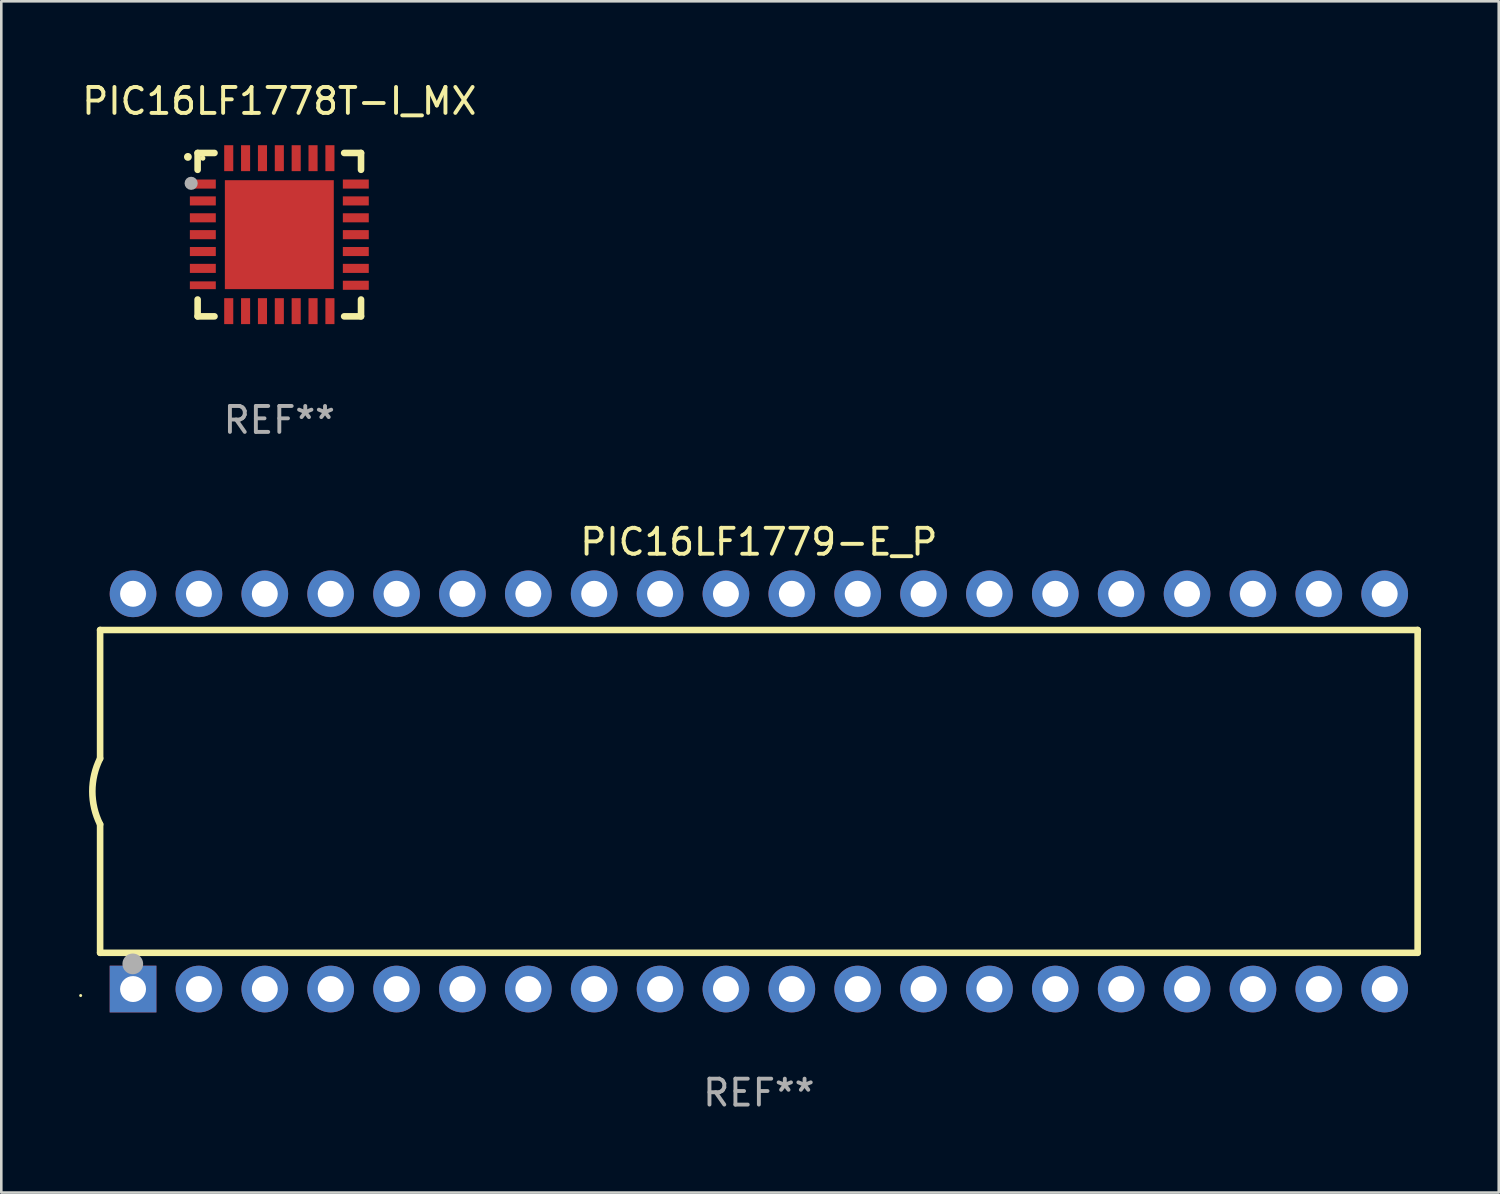
<source format=kicad_pcb>
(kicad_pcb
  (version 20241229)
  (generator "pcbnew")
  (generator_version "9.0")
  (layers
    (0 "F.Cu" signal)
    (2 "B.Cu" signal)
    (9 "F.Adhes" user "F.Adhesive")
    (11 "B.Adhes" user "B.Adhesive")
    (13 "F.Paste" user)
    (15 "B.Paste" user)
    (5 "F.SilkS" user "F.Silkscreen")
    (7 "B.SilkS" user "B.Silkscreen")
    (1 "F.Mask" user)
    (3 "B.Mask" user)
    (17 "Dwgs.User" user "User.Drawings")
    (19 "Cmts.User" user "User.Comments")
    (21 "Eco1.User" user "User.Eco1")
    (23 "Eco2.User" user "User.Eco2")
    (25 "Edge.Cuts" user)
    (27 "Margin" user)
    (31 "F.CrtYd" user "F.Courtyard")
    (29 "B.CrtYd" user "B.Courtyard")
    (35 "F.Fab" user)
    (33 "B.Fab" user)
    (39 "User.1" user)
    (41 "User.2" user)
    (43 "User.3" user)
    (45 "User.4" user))
  (footprint "PIC16LF1778T-I_MX"
    (layer "F.Cu")
    (at 7.72 5.998)
    (property "Reference" "PIC16LF1778T-I_MX" (at 0 -5.15 0) (layer "F.SilkS") (effects (font (size 1 1) (thickness 0.15))))
    (attr through_hole)
    (fp_line (start -3.15 -3.15) (end -2.5 -3.15) (stroke (width 0.254) (type solid)) (layer "F.SilkS"))
    (fp_line (start -3.15 -2.5) (end -3.15 -3.15) (stroke (width 0.254) (type solid)) (layer "F.SilkS"))
    (fp_line (start -3.15 3.15) (end -3.15 2.5) (stroke (width 0.254) (type solid)) (layer "F.SilkS"))
    (fp_line (start -2.5 3.15) (end -3.15 3.15) (stroke (width 0.254) (type solid)) (layer "F.SilkS"))
    (fp_line (start 2.5 -3.15) (end 3.15 -3.15) (stroke (width 0.254) (type solid)) (layer "F.SilkS"))
    (fp_line (start 2.5 3.15) (end 3.15 3.15) (stroke (width 0.254) (type solid)) (layer "F.SilkS"))
    (fp_line (start 3.15 -3.15) (end 3.15 -2.5) (stroke (width 0.254) (type solid)) (layer "F.SilkS"))
    (fp_line (start 3.15 3.15) (end 3.15 2.5) (stroke (width 0.254) (type solid)) (layer "F.SilkS"))
    (fp_arc (start -3.525527 -2.997206) (mid -3.525532 -2.998476) (end -3.525527 -2.999746) (stroke (width 0.3) (type solid)) (layer "F.SilkS"))
    (fp_circle (center -2.95 -2.95) (end -2.9 -2.95) (stroke (width 0.1) (type solid)) (fill no) (layer "F.SilkS"))
    (fp_circle (center -3.4 -1.98) (end -3.273 -1.98) (stroke (width 0.254) (type solid)) (fill no) (layer "F.Fab"))
    (fp_text user "REF**" (at 0 7.15 0) (layer "F.Fab") (effects (font (size 1 1) (thickness 0.15))))
    (pad "1" smd rect (at -2.949 -1.951 90) (size 0.35 1) (layers "F.Cu" "F.Mask" "F.Paste"))
    (pad "2" smd rect (at -2.949 -1.301 90) (size 0.35 1) (layers "F.Cu" "F.Mask" "F.Paste"))
    (pad "3" smd rect (at -2.949 -0.65 90) (size 0.35 1) (layers "F.Cu" "F.Mask" "F.Paste"))
    (pad "4" smd rect (at -2.949 -0.000025 90) (size 0.35 1) (layers "F.Cu" "F.Mask" "F.Paste"))
    (pad "5" smd rect (at -2.949 0.65 90) (size 0.35 1) (layers "F.Cu" "F.Mask" "F.Paste"))
    (pad "6" smd rect (at -2.949 1.3 90) (size 0.35 1) (layers "F.Cu" "F.Mask" "F.Paste"))
    (pad "7" smd rect (at -2.949 1.951 90) (size 0.3 1) (layers "F.Cu" "F.Mask" "F.Paste"))
    (pad "8" smd rect (at -1.951 2.949) (size 0.35 1) (layers "F.Cu" "F.Mask" "F.Paste"))
    (pad "9" smd rect (at -1.301 2.949) (size 0.35 1) (layers "F.Cu" "F.Mask" "F.Paste"))
    (pad "10" smd rect (at -0.65 2.949) (size 0.35 1) (layers "F.Cu" "F.Mask" "F.Paste"))
    (pad "11" smd rect (at -0.000076 2.949) (size 0.35 1) (layers "F.Cu" "F.Mask" "F.Paste"))
    (pad "12" smd rect (at 0.65 2.949) (size 0.35 1) (layers "F.Cu" "F.Mask" "F.Paste"))
    (pad "13" smd rect (at 1.3 2.949) (size 0.35 1) (layers "F.Cu" "F.Mask" "F.Paste"))
    (pad "14" smd rect (at 1.951 2.949) (size 0.35 1) (layers "F.Cu" "F.Mask" "F.Paste"))
    (pad "15" smd rect (at 2.949 1.951 90) (size 0.35 1) (layers "F.Cu" "F.Mask" "F.Paste"))
    (pad "16" smd rect (at 2.949 1.3 90) (size 0.35 1) (layers "F.Cu" "F.Mask" "F.Paste"))
    (pad "17" smd rect (at 2.949 0.65 90) (size 0.35 1) (layers "F.Cu" "F.Mask" "F.Paste"))
    (pad "18" smd rect (at 2.949 -0.000025 90) (size 0.35 1) (layers "F.Cu" "F.Mask" "F.Paste"))
    (pad "19" smd rect (at 2.949 -0.65 90) (size 0.35 1) (layers "F.Cu" "F.Mask" "F.Paste"))
    (pad "20" smd rect (at 2.949 -1.301 90) (size 0.35 1) (layers "F.Cu" "F.Mask" "F.Paste"))
    (pad "21" smd rect (at 2.949 -1.951 90) (size 0.35 1) (layers "F.Cu" "F.Mask" "F.Paste"))
    (pad "22" smd rect (at 1.951 -2.949) (size 0.35 1) (layers "F.Cu" "F.Mask" "F.Paste"))
    (pad "23" smd rect (at 1.3 -2.949) (size 0.35 1) (layers "F.Cu" "F.Mask" "F.Paste"))
    (pad "24" smd rect (at 0.65 -2.949) (size 0.35 1) (layers "F.Cu" "F.Mask" "F.Paste"))
    (pad "25" smd rect (at -0.000076 -2.949) (size 0.35 1) (layers "F.Cu" "F.Mask" "F.Paste"))
    (pad "26" smd rect (at -0.65 -2.949) (size 0.35 1) (layers "F.Cu" "F.Mask" "F.Paste"))
    (pad "27" smd rect (at -1.301 -2.949) (size 0.35 1) (layers "F.Cu" "F.Mask" "F.Paste"))
    (pad "28" smd rect (at -1.951 -2.949) (size 0.35 1) (layers "F.Cu" "F.Mask" "F.Paste"))
    (pad "29" smd rect (at -0.000076 -0.000025) (size 4.2 4.2) (layers "F.Cu" "F.Mask" "F.Paste")))
  (footprint "PIC16LF1779-E_P"
    (layer "F.Cu")
    (at 26.21 27.465)
    (property "Reference" "PIC16LF1779-E_P" (at 0 -9.62 0) (layer "F.SilkS") (effects (font (size 1 1) (thickness 0.15))))
    (attr through_hole)
    (fp_line (start -25.4 -6.224) (end -25.4 -1.271) (stroke (width 0.254) (type solid)) (layer "F.SilkS"))
    (fp_line (start -25.4 -6.224) (end 25.4 -6.224) (stroke (width 0.254) (type solid)) (layer "F.SilkS"))
    (fp_line (start -25.4 1.269) (end -25.4 6.222) (stroke (width 0.254) (type solid)) (layer "F.SilkS"))
    (fp_line (start -25.4 6.222) (end 25.4 6.222) (stroke (width 0.254) (type solid)) (layer "F.SilkS"))
    (fp_line (start 25.4 6.222) (end 25.4 -6.224) (stroke (width 0.254) (type solid)) (layer "F.SilkS"))
    (fp_arc (start -25.4 1.269241) (mid -25.699807 -0.000762) (end -25.4 -1.270765) (stroke (width 0.254001) (type solid)) (layer "F.SilkS"))
    (fp_circle (center -26.15 7.87) (end -26.12 7.87) (stroke (width 0.06) (type solid)) (fill no) (layer "F.SilkS"))
    (fp_circle (center -24.14 6.65) (end -23.94 6.65) (stroke (width 0.4) (type solid)) (fill no) (layer "F.Fab"))
    (fp_text user "REF**" (at 0 11.62 0) (layer "F.Fab") (effects (font (size 1 1) (thickness 0.15))))
    (pad "1" thru_hole rect (at -24.13 7.62 90) (size 1.8 1.8) (drill 1) (layers "*.Cu" "*.Mask"))
    (pad "2" thru_hole circle (at -21.59 7.62) (size 1.8 1.8) (drill 1) (layers "*.Cu" "*.Mask"))
    (pad "3" thru_hole circle (at -19.05 7.62) (size 1.8 1.8) (drill 1) (layers "*.Cu" "*.Mask"))
    (pad "4" thru_hole circle (at -16.51 7.62) (size 1.8 1.8) (drill 1) (layers "*.Cu" "*.Mask"))
    (pad "5" thru_hole circle (at -13.97 7.62) (size 1.8 1.8) (drill 1) (layers "*.Cu" "*.Mask"))
    (pad "6" thru_hole circle (at -11.43 7.62) (size 1.8 1.8) (drill 1) (layers "*.Cu" "*.Mask"))
    (pad "7" thru_hole circle (at -8.89 7.62) (size 1.8 1.8) (drill 1) (layers "*.Cu" "*.Mask"))
    (pad "8" thru_hole circle (at -6.35 7.62) (size 1.8 1.8) (drill 1) (layers "*.Cu" "*.Mask"))
    (pad "9" thru_hole circle (at -3.81 7.62) (size 1.8 1.8) (drill 1) (layers "*.Cu" "*.Mask"))
    (pad "10" thru_hole circle (at -1.27 7.62) (size 1.8 1.8) (drill 1) (layers "*.Cu" "*.Mask"))
    (pad "11" thru_hole circle (at 1.27 7.62) (size 1.8 1.8) (drill 1) (layers "*.Cu" "*.Mask"))
    (pad "12" thru_hole circle (at 3.81 7.62) (size 1.8 1.8) (drill 1) (layers "*.Cu" "*.Mask"))
    (pad "13" thru_hole circle (at 6.35 7.62) (size 1.8 1.8) (drill 1) (layers "*.Cu" "*.Mask"))
    (pad "14" thru_hole circle (at 8.89 7.62) (size 1.8 1.8) (drill 1) (layers "*.Cu" "*.Mask"))
    (pad "15" thru_hole circle (at 11.43 7.62) (size 1.8 1.8) (drill 1) (layers "*.Cu" "*.Mask"))
    (pad "16" thru_hole circle (at 13.97 7.62) (size 1.8 1.8) (drill 1) (layers "*.Cu" "*.Mask"))
    (pad "17" thru_hole circle (at 16.51 7.62) (size 1.8 1.8) (drill 1) (layers "*.Cu" "*.Mask"))
    (pad "18" thru_hole circle (at 19.05 7.62) (size 1.8 1.8) (drill 1) (layers "*.Cu" "*.Mask"))
    (pad "19" thru_hole circle (at 21.59 7.62) (size 1.8 1.8) (drill 1) (layers "*.Cu" "*.Mask"))
    (pad "20" thru_hole circle (at 24.13 7.62) (size 1.8 1.8) (drill 1) (layers "*.Cu" "*.Mask"))
    (pad "21" thru_hole circle (at 24.13 -7.62) (size 1.8 1.8) (drill 1) (layers "*.Cu" "*.Mask"))
    (pad "22" thru_hole circle (at 21.59 -7.62) (size 1.8 1.8) (drill 1) (layers "*.Cu" "*.Mask"))
    (pad "23" thru_hole circle (at 19.05 -7.62) (size 1.8 1.8) (drill 1) (layers "*.Cu" "*.Mask"))
    (pad "24" thru_hole circle (at 16.51 -7.62) (size 1.8 1.8) (drill 1) (layers "*.Cu" "*.Mask"))
    (pad "25" thru_hole circle (at 13.97 -7.62) (size 1.8 1.8) (drill 1) (layers "*.Cu" "*.Mask"))
    (pad "26" thru_hole circle (at 11.43 -7.62) (size 1.8 1.8) (drill 1) (layers "*.Cu" "*.Mask"))
    (pad "27" thru_hole circle (at 8.89 -7.62) (size 1.8 1.8) (drill 1) (layers "*.Cu" "*.Mask"))
    (pad "28" thru_hole circle (at 6.35 -7.62) (size 1.8 1.8) (drill 1) (layers "*.Cu" "*.Mask"))
    (pad "29" thru_hole circle (at 3.81 -7.62) (size 1.8 1.8) (drill 1) (layers "*.Cu" "*.Mask"))
    (pad "30" thru_hole circle (at 1.27 -7.62) (size 1.8 1.8) (drill 1) (layers "*.Cu" "*.Mask"))
    (pad "31" thru_hole circle (at -1.27 -7.62) (size 1.8 1.8) (drill 1) (layers "*.Cu" "*.Mask"))
    (pad "32" thru_hole circle (at -3.81 -7.62) (size 1.8 1.8) (drill 1) (layers "*.Cu" "*.Mask"))
    (pad "33" thru_hole circle (at -6.35 -7.62) (size 1.8 1.8) (drill 1) (layers "*.Cu" "*.Mask"))
    (pad "34" thru_hole circle (at -8.89 -7.62) (size 1.8 1.8) (drill 1) (layers "*.Cu" "*.Mask"))
    (pad "35" thru_hole circle (at -11.43 -7.62) (size 1.8 1.8) (drill 1) (layers "*.Cu" "*.Mask"))
    (pad "36" thru_hole circle (at -13.97 -7.62) (size 1.8 1.8) (drill 1) (layers "*.Cu" "*.Mask"))
    (pad "37" thru_hole circle (at -16.51 -7.62) (size 1.8 1.8) (drill 1) (layers "*.Cu" "*.Mask"))
    (pad "38" thru_hole circle (at -19.05 -7.62) (size 1.8 1.8) (drill 1) (layers "*.Cu" "*.Mask"))
    (pad "39" thru_hole circle (at -21.59 -7.62) (size 1.8 1.8) (drill 1) (layers "*.Cu" "*.Mask"))
    (pad "40" thru_hole circle (at -24.13 -7.62) (size 1.8 1.8) (drill 1) (layers "*.Cu" "*.Mask")))
  (gr_rect
    (start -3 -3)
    (end 54.737 42.933)
    (stroke (width 0.1) (type default))
    (fill no)
    (layer "Edge.Cuts")))
</source>
